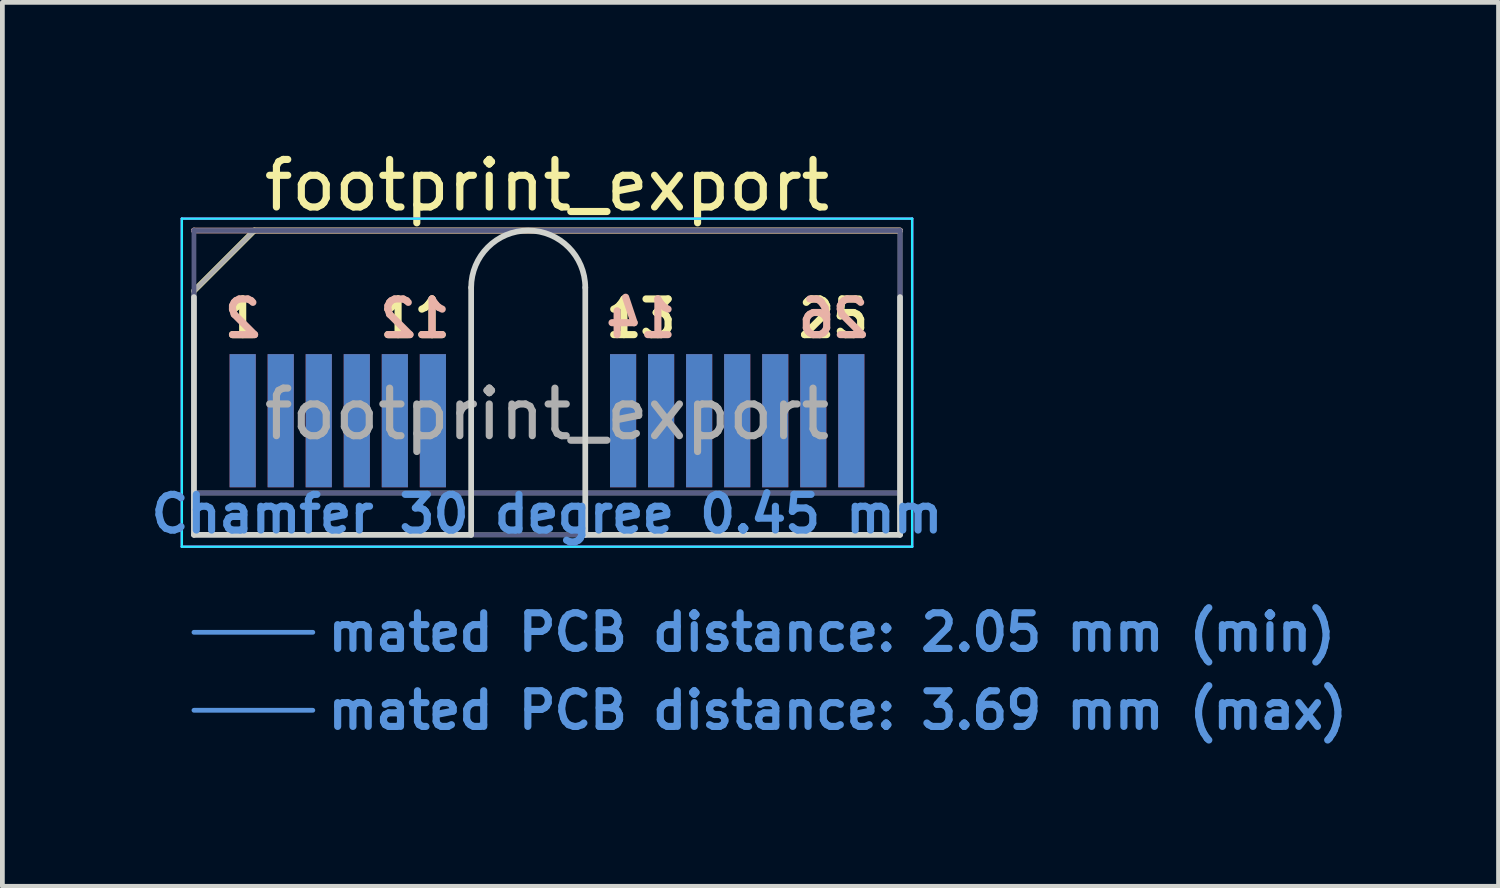
<source format=kicad_pcb>
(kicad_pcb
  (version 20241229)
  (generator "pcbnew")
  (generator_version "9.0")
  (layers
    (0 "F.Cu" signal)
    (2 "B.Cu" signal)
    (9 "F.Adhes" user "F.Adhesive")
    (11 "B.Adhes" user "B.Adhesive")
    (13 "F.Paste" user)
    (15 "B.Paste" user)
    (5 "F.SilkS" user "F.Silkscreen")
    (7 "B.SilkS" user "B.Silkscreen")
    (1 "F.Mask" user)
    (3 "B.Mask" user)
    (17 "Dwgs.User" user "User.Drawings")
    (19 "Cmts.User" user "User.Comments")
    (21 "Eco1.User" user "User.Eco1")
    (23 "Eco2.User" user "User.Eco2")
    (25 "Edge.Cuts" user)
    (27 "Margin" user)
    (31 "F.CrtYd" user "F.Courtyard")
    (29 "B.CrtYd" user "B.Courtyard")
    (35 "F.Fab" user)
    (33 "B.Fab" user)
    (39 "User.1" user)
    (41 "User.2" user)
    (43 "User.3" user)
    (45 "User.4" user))
  (footprint "footprint_export"
    (layer "F.Cu")
    (at 8.454 8.198)
    (property "Reference" "footprint_export" (at 0 -7.35 0) (layer "F.SilkS") (effects (font (size 1 1) (thickness 0.15))))
    (attr exclude_from_pos_files exclude_from_bom)
    (fp_line (start -7.425 -5.13) (end -6.155 -6.4) (stroke (width 0.12) (type solid)) (layer "F.SilkS"))
    (fp_line (start -6.155 -6.4) (end 7.425 -6.4) (stroke (width 0.12) (type solid)) (layer "F.SilkS"))
    (fp_line (start -7.425 -6.4) (end -7.425 -6.4) (stroke (width 0.12) (type solid)) (layer "B.SilkS"))
    (fp_line (start -7.425 -6.4) (end 7.425 -6.4) (stroke (width 0.12) (type solid)) (layer "B.SilkS"))
    (fp_line (start -7.425 2.05) (end -4.925 2.05) (stroke (width 0.1) (type solid)) (layer "Cmts.User"))
    (fp_line (start -7.425 3.69) (end -4.925 3.69) (stroke (width 0.1) (type solid)) (layer "Cmts.User"))
    (fp_line (start -7.425 -5) (end -7.425 0) (stroke (width 0.12) (type solid)) (layer "Edge.Cuts"))
    (fp_line (start -7.425 0) (end -1.595 0) (stroke (width 0.12) (type solid)) (layer "Edge.Cuts"))
    (fp_line (start -1.595 0) (end -1.595 -5.2) (stroke (width 0.12) (type solid)) (layer "Edge.Cuts"))
    (fp_line (start 0.805 -5.2) (end 0.805 0) (stroke (width 0.12) (type solid)) (layer "Edge.Cuts"))
    (fp_line (start 0.805 0) (end 7.425 0) (stroke (width 0.12) (type solid)) (layer "Edge.Cuts"))
    (fp_line (start 7.425 0) (end 7.425 -5) (stroke (width 0.12) (type solid)) (layer "Edge.Cuts"))
    (fp_arc (start -1.595 -5.2) (mid -0.395 -6.4) (end 0.805 -5.2) (stroke (width 0.12) (type solid)) (layer "Edge.Cuts"))
    (fp_line (start -7.68 -6.65) (end -7.68 0.25) (stroke (width 0.05) (type solid)) (layer "B.CrtYd"))
    (fp_line (start -7.68 0.25) (end 7.68 0.25) (stroke (width 0.05) (type solid)) (layer "B.CrtYd"))
    (fp_line (start 7.68 -6.65) (end -7.68 -6.65) (stroke (width 0.05) (type solid)) (layer "B.CrtYd"))
    (fp_line (start 7.68 0.25) (end 7.68 -6.65) (stroke (width 0.05) (type solid)) (layer "B.CrtYd"))
    (fp_line (start -7.68 -6.65) (end -7.68 0.25) (stroke (width 0.05) (type solid)) (layer "F.CrtYd"))
    (fp_line (start -7.68 0.25) (end 7.68 0.25) (stroke (width 0.05) (type solid)) (layer "F.CrtYd"))
    (fp_line (start 7.68 -6.65) (end -7.68 -6.65) (stroke (width 0.05) (type solid)) (layer "F.CrtYd"))
    (fp_line (start 7.68 0.25) (end 7.68 -6.65) (stroke (width 0.05) (type solid)) (layer "F.CrtYd"))
    (fp_line (start -7.425 -6.4) (end -7.425 -6.4) (stroke (width 0.1) (type solid)) (layer "B.Fab"))
    (fp_line (start -7.425 -6.4) (end -7.425 0) (stroke (width 0.1) (type solid)) (layer "B.Fab"))
    (fp_line (start -7.425 -6.4) (end 7.425 -6.4) (stroke (width 0.1) (type solid)) (layer "B.Fab"))
    (fp_line (start -7.425 -0.88) (end 7.425 -0.88) (stroke (width 0.1) (type solid)) (layer "B.Fab"))
    (fp_line (start -7.425 0) (end 7.425 0) (stroke (width 0.1) (type solid)) (layer "B.Fab"))
    (fp_line (start 7.425 -6.4) (end 7.425 0) (stroke (width 0.1) (type solid)) (layer "B.Fab"))
    (fp_line (start -7.425 -5.13) (end -7.425 0) (stroke (width 0.1) (type solid)) (layer "F.Fab"))
    (fp_line (start -7.425 -5.13) (end -6.155 -6.4) (stroke (width 0.1) (type solid)) (layer "F.Fab"))
    (fp_line (start -7.425 -0.88) (end 7.425 -0.88) (stroke (width 0.1) (type solid)) (layer "F.Fab"))
    (fp_line (start -7.425 0) (end 7.425 0) (stroke (width 0.1) (type solid)) (layer "F.Fab"))
    (fp_line (start -6.155 -6.4) (end 7.425 -6.4) (stroke (width 0.1) (type solid)) (layer "F.Fab"))
    (fp_line (start 7.425 -6.4) (end 7.425 0) (stroke (width 0.1) (type solid)) (layer "F.Fab"))
    (fp_text user "13" (at 1.975 -4.55 0) (layer "F.SilkS") (effects (font (size 0.75 0.75) (thickness 0.15))))
    (fp_text user "25" (at 6.025 -4.55 0) (layer "F.SilkS") (effects (font (size 0.75 0.75) (thickness 0.15))))
    (fp_text user "1" (at -6.4 -4.55 0) (layer "F.SilkS") (effects (font (size 0.75 0.75) (thickness 0.15))))
    (fp_text user "11" (at -2.775 -4.55 0) (layer "F.SilkS") (effects (font (size 0.75 0.75) (thickness 0.15))))
    (fp_text user "12" (at -2.775 -4.55 0) (layer "B.SilkS") (effects (font (size 0.75 0.75) (thickness 0.15)) (justify mirror)))
    (fp_text user "26" (at 6.025 -4.55 0) (layer "B.SilkS") (effects (font (size 0.75 0.75) (thickness 0.15)) (justify mirror)))
    (fp_text user "2" (at -6.4 -4.55 0) (layer "B.SilkS") (effects (font (size 0.75 0.75) (thickness 0.15)) (justify mirror)))
    (fp_text user "14" (at 1.975 -4.55 0) (layer "B.SilkS") (effects (font (size 0.75 0.75) (thickness 0.15)) (justify mirror)))
    (fp_text user "mated PCB distance: 2.05 mm (min)" (at -4.68 2.05 0) (layer "Cmts.User") (effects (font (size 0.75 0.75) (thickness 0.15)) (justify left)))
    (fp_text user "Chamfer 30 degree 0.45 mm" (at 0 -0.44 0) (layer "Cmts.User") (effects (font (size 0.75 0.75) (thickness 0.15))))
    (fp_text user "mated PCB distance: 3.69 mm (max)" (at -4.68 3.69 0) (layer "Cmts.User") (effects (font (size 0.75 0.75) (thickness 0.15)) (justify left)))
    (fp_text user "${REFERENCE}" (at 0 -2.54 0) (layer "F.Fab") (effects (font (size 1 1) (thickness 0.15))))
    (pad "1" connect rect (at -6.4 -2.4) (size 0.55 2.8) (layers "F.Cu" "F.Mask"))
    (pad "2" connect rect (at -6.4 -2.4) (size 0.55 2.8) (layers "B.Cu" "B.Mask"))
    (pad "3" connect rect (at -5.6 -2.4) (size 0.55 2.8) (layers "F.Cu" "F.Mask"))
    (pad "4" connect rect (at -5.6 -2.4) (size 0.55 2.8) (layers "B.Cu" "B.Mask"))
    (pad "5" connect rect (at -4.8 -2.4) (size 0.55 2.8) (layers "F.Cu" "F.Mask"))
    (pad "6" connect rect (at -4.8 -2.4) (size 0.55 2.8) (layers "B.Cu" "B.Mask"))
    (pad "7" connect rect (at -4 -2.4) (size 0.55 2.8) (layers "F.Cu" "F.Mask"))
    (pad "8" connect rect (at -4 -2.4) (size 0.55 2.8) (layers "B.Cu" "B.Mask"))
    (pad "9" connect rect (at -3.2 -2.4) (size 0.55 2.8) (layers "F.Cu" "F.Mask"))
    (pad "10" connect rect (at -3.2 -2.4) (size 0.55 2.8) (layers "B.Cu" "B.Mask"))
    (pad "11" connect rect (at -2.4 -2.4) (size 0.55 2.8) (layers "F.Cu" "F.Mask"))
    (pad "12" connect rect (at -2.4 -2.4) (size 0.55 2.8) (layers "B.Cu" "B.Mask"))
    (pad "13" connect rect (at 1.6 -2.4) (size 0.55 2.8) (layers "F.Cu" "F.Mask"))
    (pad "14" connect rect (at 1.6 -2.4) (size 0.55 2.8) (layers "B.Cu" "B.Mask"))
    (pad "15" connect rect (at 2.4 -2.4) (size 0.55 2.8) (layers "F.Cu" "F.Mask"))
    (pad "16" connect rect (at 2.4 -2.4) (size 0.55 2.8) (layers "B.Cu" "B.Mask"))
    (pad "17" connect rect (at 3.2 -2.4) (size 0.55 2.8) (layers "F.Cu" "F.Mask"))
    (pad "18" connect rect (at 3.2 -2.4) (size 0.55 2.8) (layers "B.Cu" "B.Mask"))
    (pad "19" connect rect (at 4 -2.4) (size 0.55 2.8) (layers "F.Cu" "F.Mask"))
    (pad "20" connect rect (at 4 -2.4) (size 0.55 2.8) (layers "B.Cu" "B.Mask"))
    (pad "21" connect rect (at 4.8 -2.4) (size 0.55 2.8) (layers "F.Cu" "F.Mask"))
    (pad "22" connect rect (at 4.8 -2.4) (size 0.55 2.8) (layers "B.Cu" "B.Mask"))
    (pad "23" connect rect (at 5.6 -2.4) (size 0.55 2.8) (layers "F.Cu" "F.Mask"))
    (pad "24" connect rect (at 5.6 -2.4) (size 0.55 2.8) (layers "B.Cu" "B.Mask"))
    (pad "25" connect rect (at 6.4 -2.4) (size 0.55 2.8) (layers "F.Cu" "F.Mask"))
    (pad "26" connect rect (at 6.4 -2.4) (size 0.55 2.8) (layers "B.Cu" "B.Mask")))
  (gr_rect
    (start -3 -3)
    (end 28.466 15.59)
    (stroke (width 0.1) (type default))
    (fill no)
    (layer "Edge.Cuts")))
</source>
